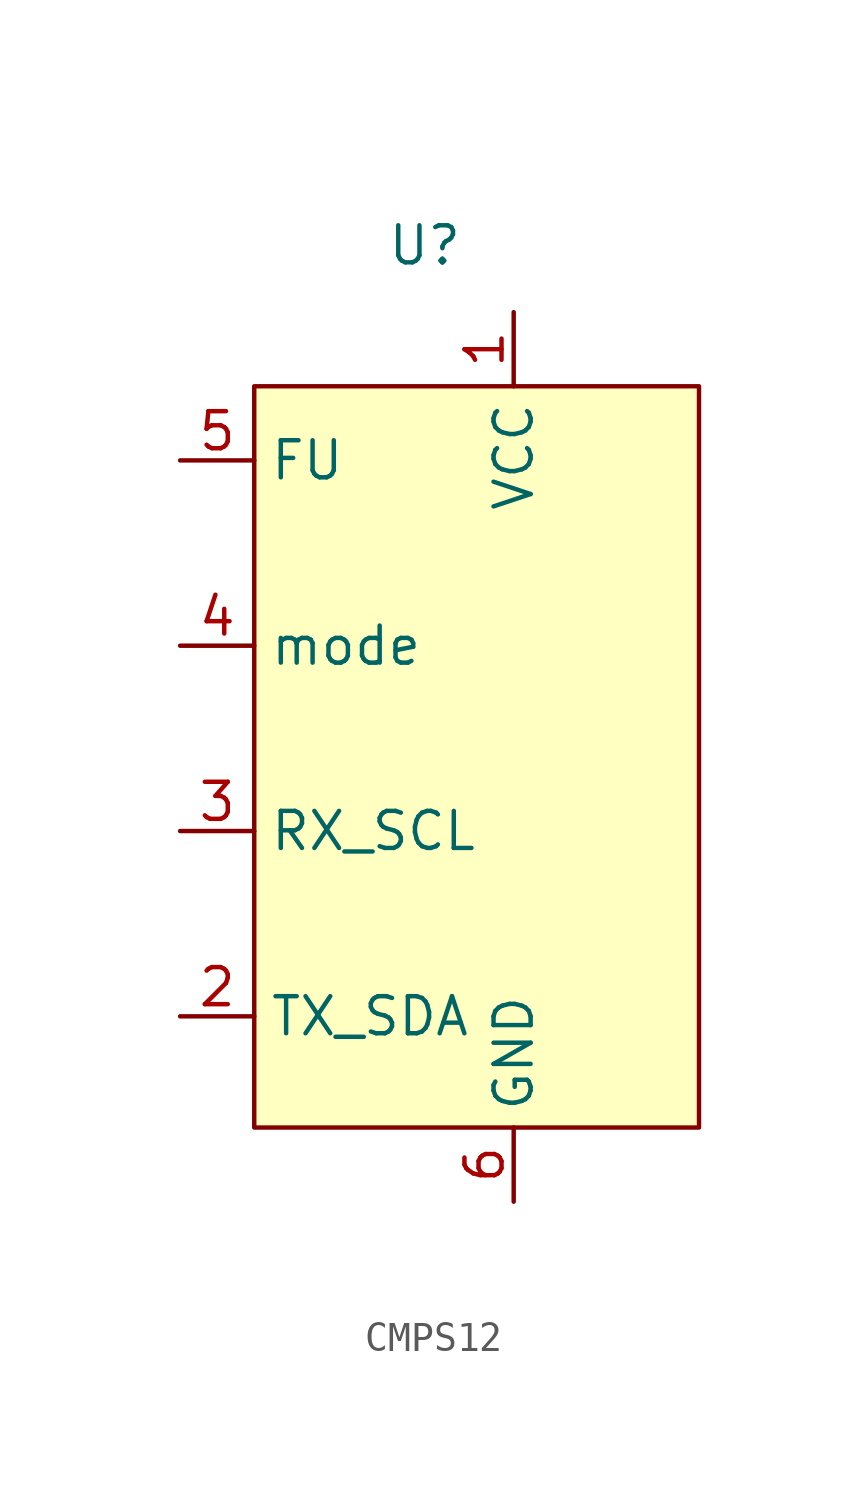
<source format=kicad_sym>
(kicad_symbol_lib
  (version 20231120)
  (generator "kicad_symbol_editor")
  (generator_version "8.0")
  (symbol "CMPS12"
    (property "Reference" "U"
      (at 0.762 9.906 0)
      (effects (font (size 1.27 1.27))))
    (property "Value" ""
      (at 0 0 0)
      (effects (font (size 1.27 1.27))))
    (symbol "CMPS12_1_1"
      (rectangle (start -5.08 5.08) (end 10.16 -20.32) (stroke (width 0) (type default)) (fill (type background)))
      (pin input line (at 3.81 7.62 270) (length 2.54) (name "VCC" (effects (font (size 1.27 1.27)))) (number "1" (effects (font (size 1.27 1.27)))))
      (pin input line (at -7.62 -16.51 0) (length 2.54) (name "TX_SDA" (effects (font (size 1.27 1.27)))) (number "2" (effects (font (size 1.27 1.27)))))
      (pin input line (at -7.62 -10.16 0) (length 2.54) (name "RX_SCL" (effects (font (size 1.27 1.27)))) (number "3" (effects (font (size 1.27 1.27)))))
      (pin input line (at -7.62 -3.81 0) (length 2.54) (name "mode" (effects (font (size 1.27 1.27)))) (number "4" (effects (font (size 1.27 1.27)))))
      (pin input line (at -7.62 2.54 0) (length 2.54) (name "FU" (effects (font (size 1.27 1.27)))) (number "5" (effects (font (size 1.27 1.27)))))
      (pin input line (at 3.81 -22.86 90) (length 2.54) (name "GND" (effects (font (size 1.27 1.27)))) (number "6" (effects (font (size 1.27 1.27))))))))
</source>
